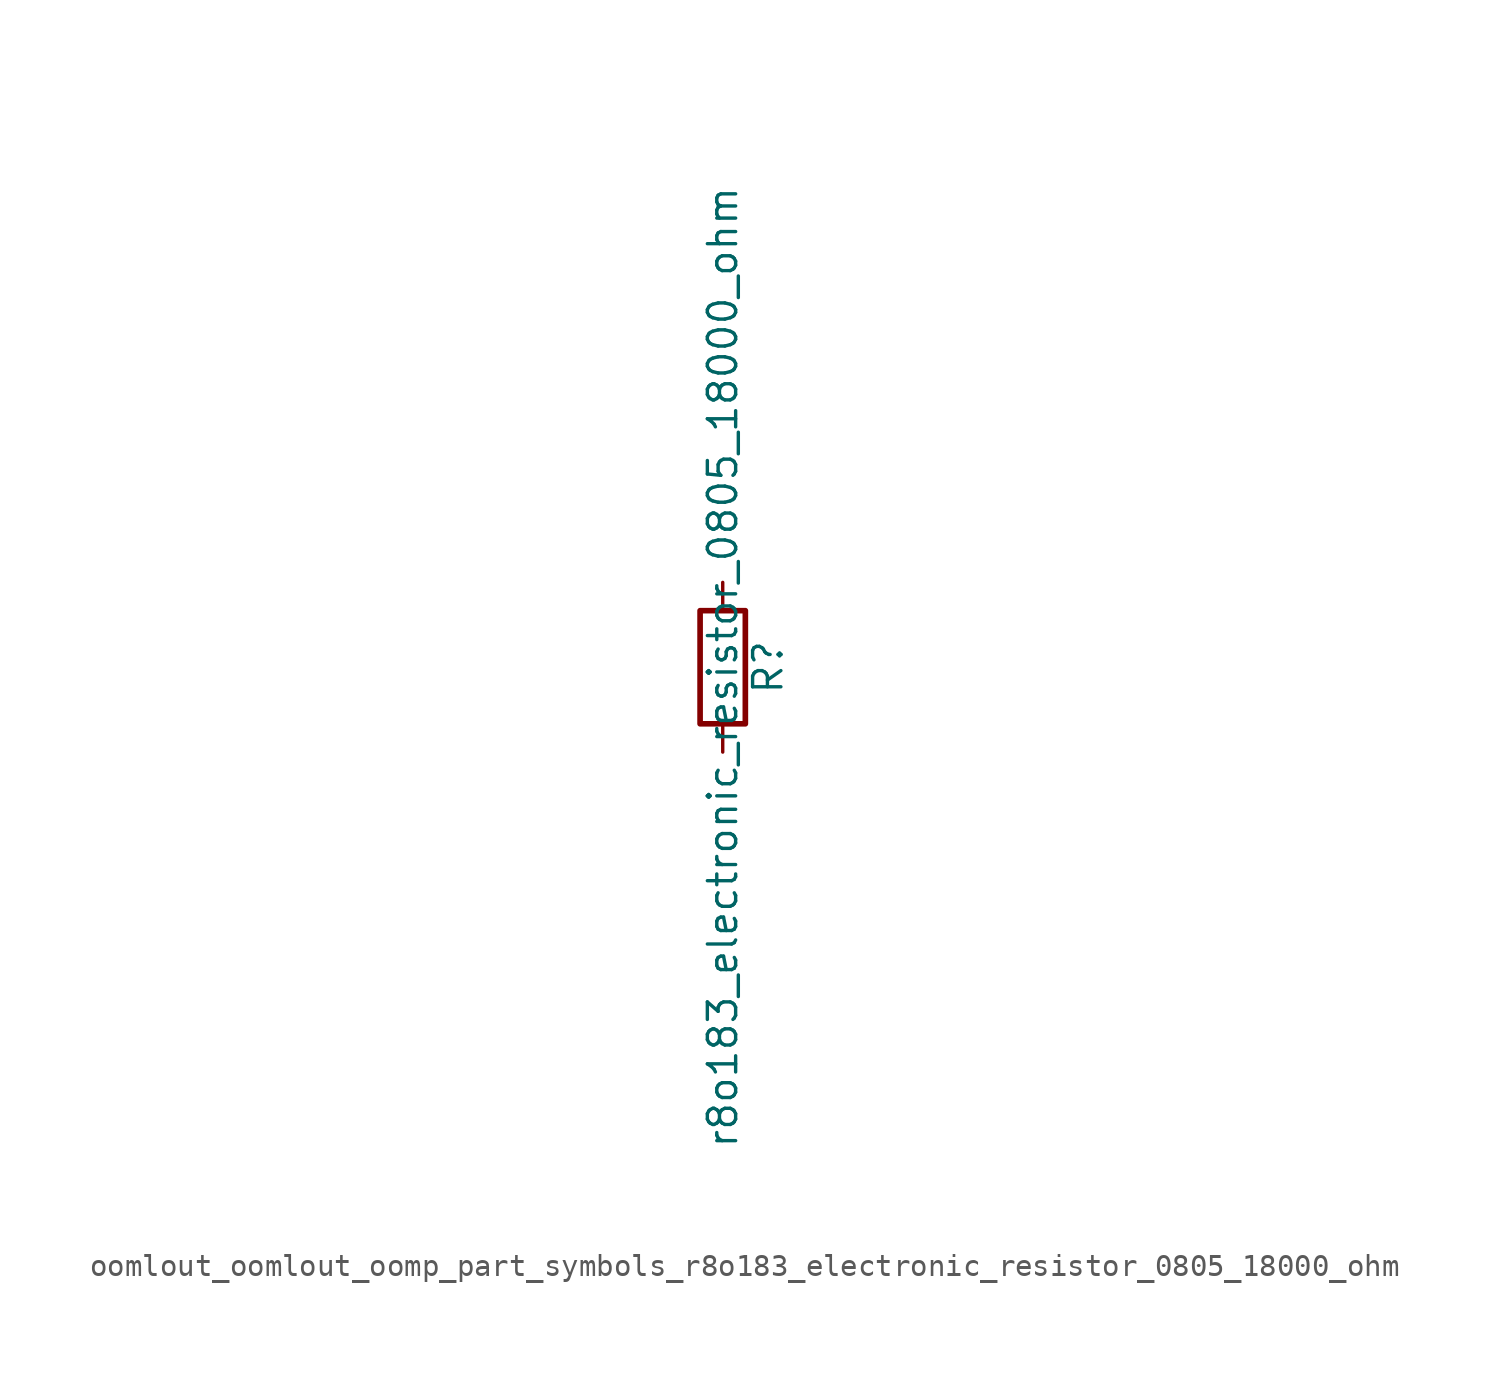
<source format=kicad_sym>
(kicad_symbol_lib
  (version 20220914)
  (generator kicad_symbol_editor)
  (symbol "oomlout_oomlout_oomp_part_symbols_r8o183_electronic_resistor_0805_18000_ohm"
    (pin_numbers hide)
    (pin_names
      (offset 0))
    (property "Reference" "R"
      (at 2.032 0 90)
      (effects (font (size 1.27 1.27))))
    (property "Value" "r8o183_electronic_resistor_0805_18000_ohm"
      (at 0 0 90)
      (effects (font (size 1.27 1.27))))
    (symbol "oomlout_oomlout_oomp_part_symbols_r8o183_electronic_resistor_0805_18000_ohm_0_1"
      (rectangle (start -1.016 -2.54) (end 1.016 2.54) (stroke (width 0.254) (type default)) (fill (type none))))
    (symbol "oomlout_oomlout_oomp_part_symbols_r8o183_electronic_resistor_0805_18000_ohm_1_1"
      (pin passive line (at 0 3.81 270) (length 1.27) (name "~" (effects (font (size 1.27 1.27)))) (number "1" (effects (font (size 1.27 1.27)))))
      (pin passive line (at 0 -3.81 90) (length 1.27) (name "~" (effects (font (size 1.27 1.27)))) (number "2" (effects (font (size 1.27 1.27))))))))
</source>
